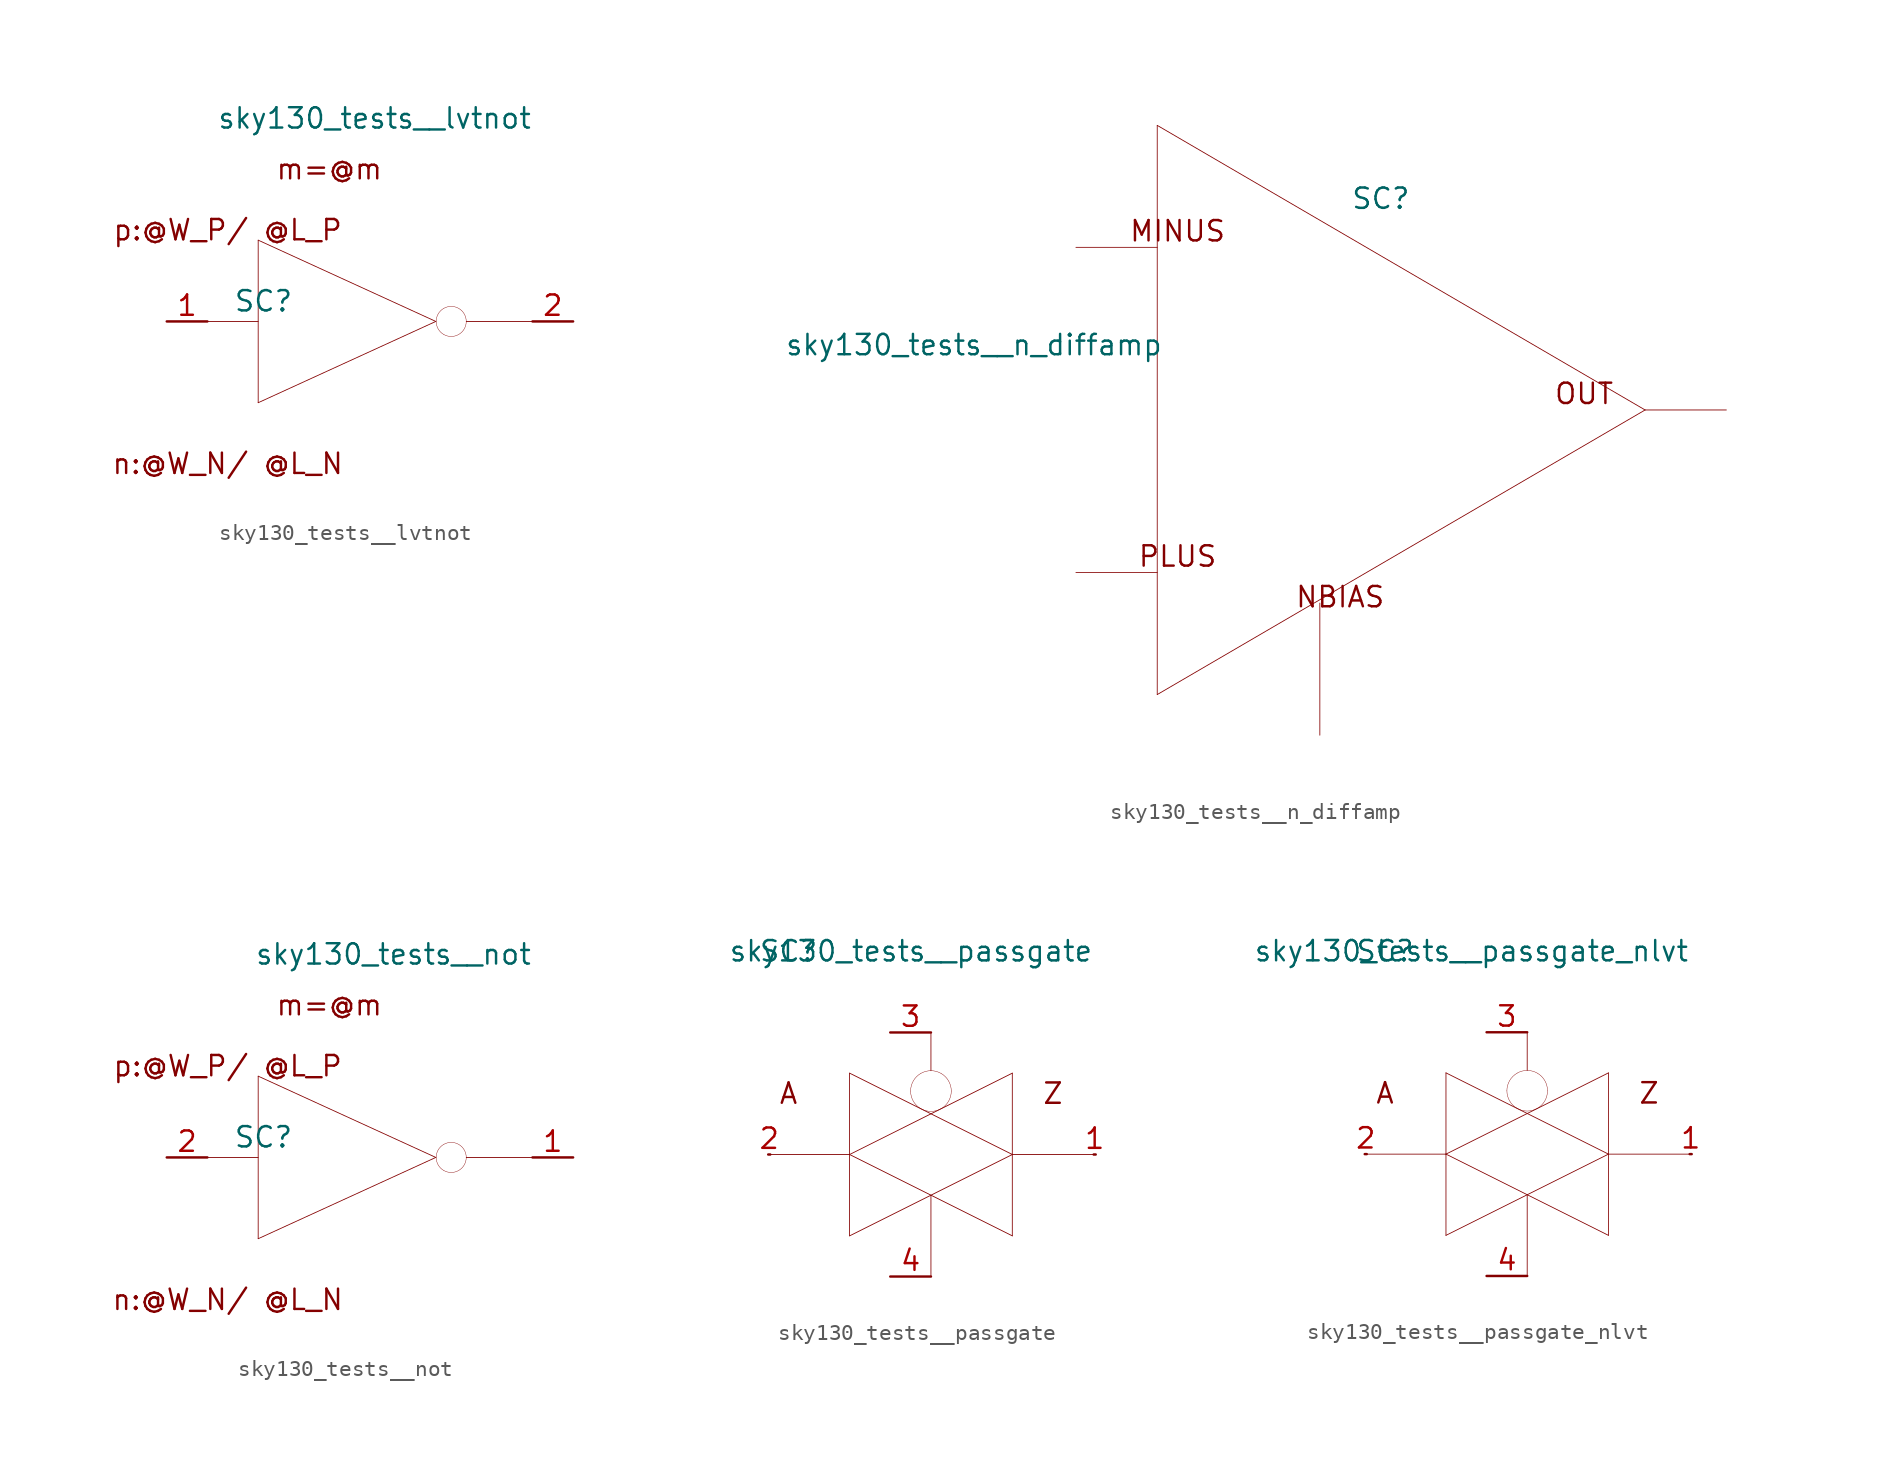
<source format=kicad_sym>
(kicad_symbol_lib
  (version 20211014)
  (generator kicad_symbol_editor)
  (symbol "sky130_tests__lvtnot"
    (pin_names hide)
    (property "Reference" "SC"
      (at -6.655 1.27 0)
      (effects (font (size 1.27 1.27))))
    (property "Value" "sky130_tests__lvtnot"
      (at 10.16 12.7 0)
      (effects (font (size 1.27 1.27)) (justify right)))
    (symbol "sky130_tests__lvtnot_0_0"
      (polyline (pts (xy -10.16 0) (xy -6.985 0)) (stroke (width 0.051) (type default) (color 0 0 0 0)) (fill (type none)))
      (polyline (pts (xy -6.985 -5.08) (xy 4.115 0)) (stroke (width 0.051) (type default) (color 0 0 0 0)) (fill (type none)))
      (polyline (pts (xy -6.985 5.08) (xy -6.985 -5.08)) (stroke (width 0.051) (type default) (color 0 0 0 0)) (fill (type none)))
      (polyline (pts (xy -6.985 5.08) (xy 4.115 0)) (stroke (width 0.051) (type default) (color 0 0 0 0)) (fill (type none)))
      (polyline (pts (xy 6.02 0) (xy 10.16 0)) (stroke (width 0.051) (type default) (color 0 0 0 0)) (fill (type none)))
      (arc (start 4.6101 -0.8139) (mid 5.5499 -0.8139) (end 6.0198 0) (stroke (width 0.0254) (type default) (color 0 0 0 0)) (fill (type none)))
      (arc (start 4.6101 0.8139) (mid 4.1402 0) (end 4.6101 -0.8139) (stroke (width 0.0254) (type default) (color 0 0 0 0)) (fill (type none)))
      (arc (start 6.0198 0) (mid 5.5499 0.8139) (end 4.6101 0.8139) (stroke (width 0.0254) (type default) (color 0 0 0 0)) (fill (type none)))
      (arc (start 6.0198 0) (mid 4.1402 0) (end 6.0198 0) (stroke (width 0.0254) (type default) (color 0 0 0 0)) (fill (type none)))
      (arc (start 6.0198 0) (mid 4.1402 0) (end 6.0198 0) (stroke (width 0.0254) (type default) (color 0 0 0 0)) (fill (type none)))
      (arc (start 6.0198 0) (mid 4.1402 0) (end 6.0198 0) (stroke (width 0.0254) (type default) (color 0 0 0 0)) (fill (type none)))
      (text "m=@m" (at -2.54 9.525 0) (effects (font (size 1.27 1.27))))
      (text "n:@W_N/ @L_N" (at -8.89 -8.89 0) (effects (font (size 1.27 1.27))))
      (text "p:@W_P/ @L_P" (at -8.89 5.715 0) (effects (font (size 1.27 1.27)))))
    (symbol "sky130_tests__lvtnot_1_1"
      (pin input line (at -12.7 0 0) (length 2.54) (name "a" (effects (font (size 1.092 1.092)))) (number "1" (effects (font (size 1.27 1.27)))))
      (pin output line (at 12.7 0 180) (length 2.54) (name "y" (effects (font (size 1.092 1.092)))) (number "2" (effects (font (size 1.27 1.27)))))))
  (symbol "sky130_tests__n_diffamp"
    (pin_names hide)
    (property "Reference" "SC"
      (at -1.27 13.208 0)
      (effects (font (size 1.27 1.27))))
    (property "Value" "sky130_tests__n_diffamp"
      (at -14.859 4.064 0)
      (effects (font (size 1.27 1.27)) (justify right)))
    (symbol "sky130_tests__n_diffamp_0_0"
      (polyline (pts (xy -20.32 -10.16) (xy -15.24 -10.16)) (stroke (width 0.051) (type default) (color 0 0 0 0)) (fill (type none)))
      (polyline (pts (xy -20.32 10.16) (xy -15.24 10.16)) (stroke (width 0.051) (type default) (color 0 0 0 0)) (fill (type none)))
      (polyline (pts (xy -15.24 -17.78) (xy 15.24 0)) (stroke (width 0.051) (type default) (color 0 0 0 0)) (fill (type none)))
      (polyline (pts (xy -15.24 17.78) (xy -15.24 -17.78)) (stroke (width 0.051) (type default) (color 0 0 0 0)) (fill (type none)))
      (polyline (pts (xy -15.24 17.78) (xy 15.24 0)) (stroke (width 0.051) (type default) (color 0 0 0 0)) (fill (type none)))
      (polyline (pts (xy -5.08 -12.065) (xy -5.08 -20.32)) (stroke (width 0.051) (type default) (color 0 0 0 0)) (fill (type none)))
      (polyline (pts (xy 15.24 0) (xy 20.32 0)) (stroke (width 0.051) (type default) (color 0 0 0 0)) (fill (type none)))
      (text "MINUS" (at -13.97 11.176 0) (effects (font (size 1.27 1.27))))
      (text "NBIAS" (at -3.81 -11.684 0) (effects (font (size 1.27 1.27))))
      (text "OUT" (at 11.43 1.016 0) (effects (font (size 1.27 1.27))))
      (text "PLUS" (at -13.97 -9.144 0) (effects (font (size 1.27 1.27))))))
  (symbol "sky130_tests__not"
    (pin_names hide)
    (property "Reference" "SC"
      (at -6.655 1.27 0)
      (effects (font (size 1.27 1.27))))
    (property "Value" "sky130_tests__not"
      (at 10.16 12.7 0)
      (effects (font (size 1.27 1.27)) (justify right)))
    (symbol "sky130_tests__not_0_0"
      (polyline (pts (xy -10.16 0) (xy -6.985 0)) (stroke (width 0.051) (type default) (color 0 0 0 0)) (fill (type none)))
      (polyline (pts (xy -6.985 -5.08) (xy 4.115 0)) (stroke (width 0.051) (type default) (color 0 0 0 0)) (fill (type none)))
      (polyline (pts (xy -6.985 5.08) (xy -6.985 -5.08)) (stroke (width 0.051) (type default) (color 0 0 0 0)) (fill (type none)))
      (polyline (pts (xy -6.985 5.08) (xy 4.115 0)) (stroke (width 0.051) (type default) (color 0 0 0 0)) (fill (type none)))
      (polyline (pts (xy 6.02 0) (xy 10.16 0)) (stroke (width 0.051) (type default) (color 0 0 0 0)) (fill (type none)))
      (arc (start 4.6101 -0.8139) (mid 5.5499 -0.8139) (end 6.0198 0) (stroke (width 0.0254) (type default) (color 0 0 0 0)) (fill (type none)))
      (arc (start 4.6101 0.8139) (mid 4.1402 0) (end 4.6101 -0.8139) (stroke (width 0.0254) (type default) (color 0 0 0 0)) (fill (type none)))
      (arc (start 6.0198 0) (mid 5.5499 0.8139) (end 4.6101 0.8139) (stroke (width 0.0254) (type default) (color 0 0 0 0)) (fill (type none)))
      (arc (start 6.0198 0) (mid 4.1402 0) (end 6.0198 0) (stroke (width 0.0254) (type default) (color 0 0 0 0)) (fill (type none)))
      (arc (start 6.0198 0) (mid 4.1402 0) (end 6.0198 0) (stroke (width 0.0254) (type default) (color 0 0 0 0)) (fill (type none)))
      (arc (start 6.0198 0) (mid 4.1402 0) (end 6.0198 0) (stroke (width 0.0254) (type default) (color 0 0 0 0)) (fill (type none)))
      (text "m=@m" (at -2.54 9.525 0) (effects (font (size 1.27 1.27))))
      (text "n:@W_N/ @L_N" (at -8.89 -8.89 0) (effects (font (size 1.27 1.27))))
      (text "p:@W_P/ @L_P" (at -8.89 5.715 0) (effects (font (size 1.27 1.27)))))
    (symbol "sky130_tests__not_1_1"
      (pin output line (at 12.7 0 180) (length 2.54) (name "y" (effects (font (size 1.092 1.092)))) (number "1" (effects (font (size 1.27 1.27)))))
      (pin input line (at -12.7 0 0) (length 2.54) (name "a" (effects (font (size 1.092 1.092)))) (number "2" (effects (font (size 1.27 1.27)))))))
  (symbol "sky130_tests__passgate"
    (pin_names hide)
    (property "Reference" "SC"
      (at -8.89 12.7 0)
      (effects (font (size 1.27 1.27))))
    (property "Value" "sky130_tests__passgate"
      (at 10.16 12.7 0)
      (effects (font (size 1.27 1.27)) (justify right)))
    (symbol "sky130_tests__passgate_0_0"
      (arc (start -1.27 3.9624) (mid -1.0998 3.3274) (end -0.635 2.8625) (stroke (width 0.0254) (type default) (color 0 0 0 0)) (fill (type none)))
      (arc (start -0.635 2.8625) (mid 0 2.6924) (end 0.635 2.8625) (stroke (width 0.0254) (type default) (color 0 0 0 0)) (fill (type none)))
      (arc (start -0.635 5.0623) (mid -1.0999 4.5974) (end -1.27 3.9624) (stroke (width 0.0254) (type default) (color 0 0 0 0)) (fill (type none)))
      (polyline (pts (xy -10.16 0) (xy -5.08 0)) (stroke (width 0.051) (type default) (color 0 0 0 0)) (fill (type none)))
      (polyline (pts (xy -5.08 -5.08) (xy 5.08 0)) (stroke (width 0.051) (type default) (color 0 0 0 0)) (fill (type none)))
      (polyline (pts (xy -5.08 0) (xy -5.08 -5.08)) (stroke (width 0.051) (type default) (color 0 0 0 0)) (fill (type none)))
      (polyline (pts (xy -5.08 0) (xy 5.08 -5.08)) (stroke (width 0.051) (type default) (color 0 0 0 0)) (fill (type none)))
      (polyline (pts (xy -5.08 0) (xy 5.08 5.08)) (stroke (width 0.051) (type default) (color 0 0 0 0)) (fill (type none)))
      (polyline (pts (xy -5.08 5.08) (xy -5.08 0)) (stroke (width 0.051) (type default) (color 0 0 0 0)) (fill (type none)))
      (polyline (pts (xy -5.08 5.08) (xy 5.08 0)) (stroke (width 0.051) (type default) (color 0 0 0 0)) (fill (type none)))
      (polyline (pts (xy 0 -2.54) (xy 0 -7.62)) (stroke (width 0.051) (type default) (color 0 0 0 0)) (fill (type none)))
      (polyline (pts (xy 0 7.62) (xy 0 5.232)) (stroke (width 0.051) (type default) (color 0 0 0 0)) (fill (type none)))
      (polyline (pts (xy 5.08 0) (xy 5.08 -5.08)) (stroke (width 0.051) (type default) (color 0 0 0 0)) (fill (type none)))
      (polyline (pts (xy 5.08 0) (xy 10.16 0)) (stroke (width 0.051) (type default) (color 0 0 0 0)) (fill (type none)))
      (polyline (pts (xy 5.08 5.08) (xy 5.08 0)) (stroke (width 0.051) (type default) (color 0 0 0 0)) (fill (type none)))
      (arc (start 0.635 2.8625) (mid 1.0999 3.3274) (end 1.27 3.9624) (stroke (width 0.0254) (type default) (color 0 0 0 0)) (fill (type none)))
      (arc (start 0.635 5.0623) (mid 0 5.2324) (end -0.635 5.0623) (stroke (width 0.0254) (type default) (color 0 0 0 0)) (fill (type none)))
      (arc (start 1.27 3.9624) (mid 1.0998 4.5974) (end 0.635 5.0623) (stroke (width 0.0254) (type default) (color 0 0 0 0)) (fill (type none)))
      (text "A" (at -8.89 3.81 0) (effects (font (size 1.27 1.27))))
      (text "Z" (at 7.62 3.81 0) (effects (font (size 1.27 1.27)))))
    (symbol "sky130_tests__passgate_1_1"
      (pin bidirectional line (at 10.16 0 0) (length 0.127) (name "Z" (effects (font (size 1.092 1.092)))) (number "1" (effects (font (size 1.27 1.27)))))
      (pin bidirectional line (at -10.16 0 0) (length 0.127) (name "A" (effects (font (size 1.092 1.092)))) (number "2" (effects (font (size 1.27 1.27)))))
      (pin input line (at -2.54 7.62 0) (length 2.54) (name "GP" (effects (font (size 1.092 1.092)))) (number "3" (effects (font (size 1.27 1.27)))))
      (pin input line (at -2.54 -7.62 0) (length 2.54) (name "GN" (effects (font (size 1.092 1.092)))) (number "4" (effects (font (size 1.27 1.27)))))))
  (symbol "sky130_tests__passgate_nlvt"
    (pin_names hide)
    (property "Reference" "SC"
      (at -8.89 12.7 0)
      (effects (font (size 1.27 1.27))))
    (property "Value" "sky130_tests__passgate_nlvt"
      (at 10.16 12.7 0)
      (effects (font (size 1.27 1.27)) (justify right)))
    (symbol "sky130_tests__passgate_nlvt_0_0"
      (arc (start -1.27 3.9624) (mid -1.0998 3.3274) (end -0.635 2.8625) (stroke (width 0.0254) (type default) (color 0 0 0 0)) (fill (type none)))
      (arc (start -0.635 2.8625) (mid 0 2.6924) (end 0.635 2.8625) (stroke (width 0.0254) (type default) (color 0 0 0 0)) (fill (type none)))
      (arc (start -0.635 5.0623) (mid -1.0999 4.5974) (end -1.27 3.9624) (stroke (width 0.0254) (type default) (color 0 0 0 0)) (fill (type none)))
      (polyline (pts (xy -10.16 0) (xy -5.08 0)) (stroke (width 0.051) (type default) (color 0 0 0 0)) (fill (type none)))
      (polyline (pts (xy -5.08 -5.08) (xy 5.08 0)) (stroke (width 0.051) (type default) (color 0 0 0 0)) (fill (type none)))
      (polyline (pts (xy -5.08 0) (xy -5.08 -5.08)) (stroke (width 0.051) (type default) (color 0 0 0 0)) (fill (type none)))
      (polyline (pts (xy -5.08 0) (xy 5.08 -5.08)) (stroke (width 0.051) (type default) (color 0 0 0 0)) (fill (type none)))
      (polyline (pts (xy -5.08 0) (xy 5.08 5.08)) (stroke (width 0.051) (type default) (color 0 0 0 0)) (fill (type none)))
      (polyline (pts (xy -5.08 5.08) (xy -5.08 0)) (stroke (width 0.051) (type default) (color 0 0 0 0)) (fill (type none)))
      (polyline (pts (xy -5.08 5.08) (xy 5.08 0)) (stroke (width 0.051) (type default) (color 0 0 0 0)) (fill (type none)))
      (polyline (pts (xy 0 -2.54) (xy 0 -7.62)) (stroke (width 0.051) (type default) (color 0 0 0 0)) (fill (type none)))
      (polyline (pts (xy 0 7.62) (xy 0 5.232)) (stroke (width 0.051) (type default) (color 0 0 0 0)) (fill (type none)))
      (polyline (pts (xy 5.08 0) (xy 5.08 -5.08)) (stroke (width 0.051) (type default) (color 0 0 0 0)) (fill (type none)))
      (polyline (pts (xy 5.08 0) (xy 10.16 0)) (stroke (width 0.051) (type default) (color 0 0 0 0)) (fill (type none)))
      (polyline (pts (xy 5.08 5.08) (xy 5.08 0)) (stroke (width 0.051) (type default) (color 0 0 0 0)) (fill (type none)))
      (arc (start 0.635 2.8625) (mid 1.0999 3.3274) (end 1.27 3.9624) (stroke (width 0.0254) (type default) (color 0 0 0 0)) (fill (type none)))
      (arc (start 0.635 5.0623) (mid 0 5.2324) (end -0.635 5.0623) (stroke (width 0.0254) (type default) (color 0 0 0 0)) (fill (type none)))
      (arc (start 1.27 3.9624) (mid 1.0998 4.5974) (end 0.635 5.0623) (stroke (width 0.0254) (type default) (color 0 0 0 0)) (fill (type none)))
      (text "A" (at -8.89 3.81 0) (effects (font (size 1.27 1.27))))
      (text "Z" (at 7.62 3.81 0) (effects (font (size 1.27 1.27)))))
    (symbol "sky130_tests__passgate_nlvt_1_1"
      (pin bidirectional line (at 10.16 0 0) (length 0.127) (name "Z" (effects (font (size 1.092 1.092)))) (number "1" (effects (font (size 1.27 1.27)))))
      (pin bidirectional line (at -10.16 0 0) (length 0.127) (name "A" (effects (font (size 1.092 1.092)))) (number "2" (effects (font (size 1.27 1.27)))))
      (pin input line (at -2.54 7.62 0) (length 2.54) (name "GP" (effects (font (size 1.092 1.092)))) (number "3" (effects (font (size 1.27 1.27)))))
      (pin input line (at -2.54 -7.62 0) (length 2.54) (name "GN" (effects (font (size 1.092 1.092)))) (number "4" (effects (font (size 1.27 1.27))))))))
</source>
